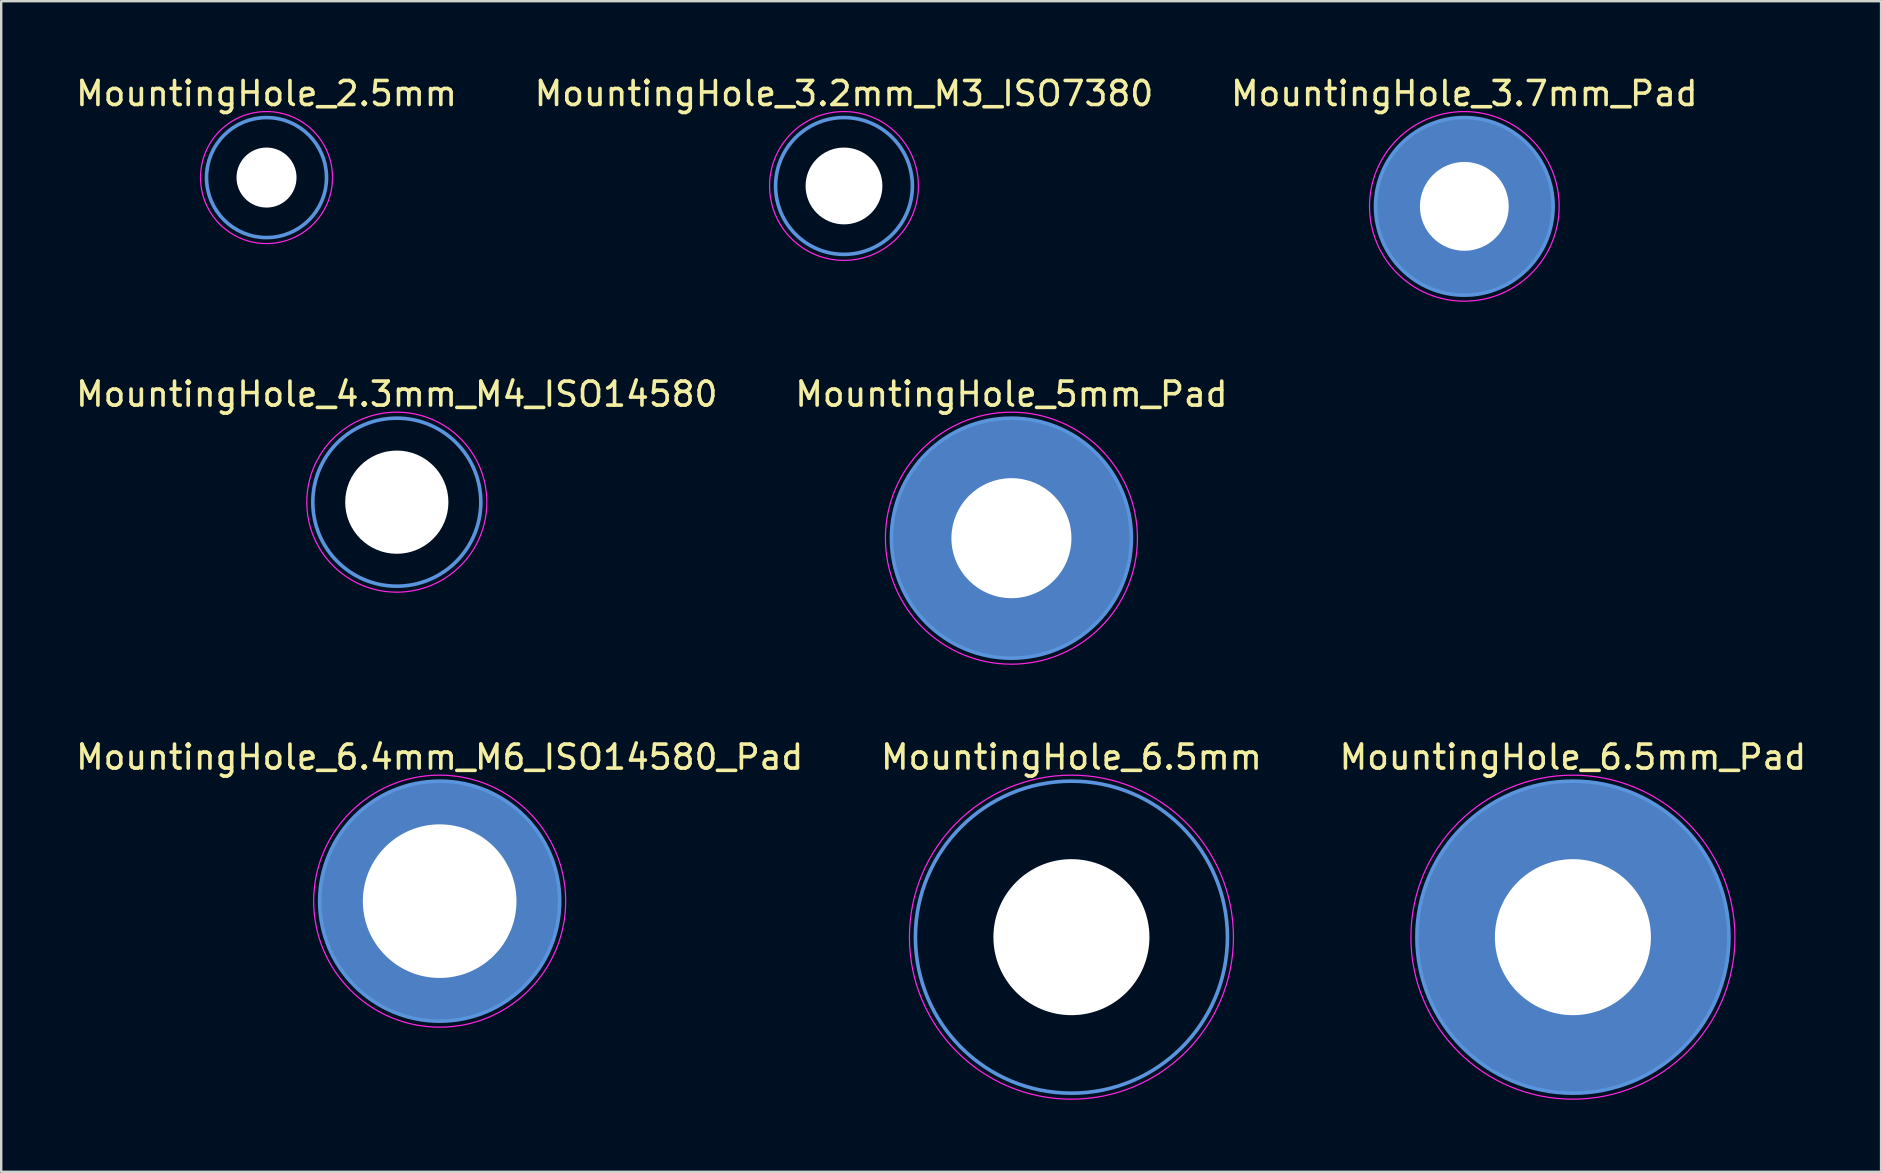
<source format=kicad_pcb>
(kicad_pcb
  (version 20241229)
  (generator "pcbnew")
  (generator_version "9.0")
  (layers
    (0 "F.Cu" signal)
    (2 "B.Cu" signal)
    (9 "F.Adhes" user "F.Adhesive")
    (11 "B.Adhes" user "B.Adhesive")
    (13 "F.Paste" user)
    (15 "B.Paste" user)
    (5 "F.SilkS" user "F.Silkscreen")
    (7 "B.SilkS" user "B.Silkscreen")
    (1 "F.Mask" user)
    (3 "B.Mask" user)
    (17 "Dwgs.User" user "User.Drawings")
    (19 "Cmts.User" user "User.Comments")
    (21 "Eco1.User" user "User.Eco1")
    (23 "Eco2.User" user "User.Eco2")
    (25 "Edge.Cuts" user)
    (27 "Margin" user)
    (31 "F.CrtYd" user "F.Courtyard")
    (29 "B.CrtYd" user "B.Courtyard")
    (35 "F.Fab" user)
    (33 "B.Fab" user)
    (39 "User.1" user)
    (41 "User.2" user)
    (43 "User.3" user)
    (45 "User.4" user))
  (footprint "MountingHole_6.4mm_M6_ISO14580_Pad"
    (layer "F.Cu")
    (at 15.268 34.495)
    (property "Reference" "MountingHole_6.4mm_M6_ISO14580_Pad" (at 0 -6 0) (layer "F.SilkS") (effects (font (size 1 1) (thickness 0.15))))
    (attr through_hole)
    (fp_circle (center 0 0) (end 5 0) (stroke (width 0.15) (type solid)) (fill no) (layer "Cmts.User"))
    (fp_circle (center 0 0) (end 5.25 0) (stroke (width 0.05) (type solid)) (fill no) (layer "F.CrtYd"))
    (pad "1" thru_hole circle (at 0 0) (size 10 10) (drill 6.4) (layers "*.Cu" "*.Mask")))
  (footprint "MountingHole_3.2mm_M3_ISO7380"
    (layer "F.Cu")
    (at 32.113 4.698)
    (property "Reference" "MountingHole_3.2mm_M3_ISO7380" (at 0 -3.85 0) (layer "F.SilkS") (effects (font (size 1 1) (thickness 0.15))))
    (attr through_hole)
    (fp_circle (center 0 0) (end 2.85 0) (stroke (width 0.15) (type solid)) (fill no) (layer "Cmts.User"))
    (fp_circle (center 0 0) (end 3.1 0) (stroke (width 0.05) (type solid)) (fill no) (layer "F.CrtYd"))
    (pad "" np_thru_hole circle (at 0 0) (size 3.2 3.2) (drill 3.2) (layers "*.Cu" "*.Mask")))
  (footprint "MountingHole_2.5mm"
    (layer "F.Cu")
    (at 8.054 4.348)
    (property "Reference" "MountingHole_2.5mm" (at 0 -3.5 0) (layer "F.SilkS") (effects (font (size 1 1) (thickness 0.15))))
    (attr through_hole)
    (fp_circle (center 0 0) (end 2.5 0) (stroke (width 0.15) (type solid)) (fill no) (layer "Cmts.User"))
    (fp_circle (center 0 0) (end 2.75 0) (stroke (width 0.05) (type solid)) (fill no) (layer "F.CrtYd"))
    (pad "" np_thru_hole circle (at 0 0) (size 2.5 2.5) (drill 2.5) (layers "*.Cu" "*.Mask")))
  (footprint "MountingHole_4.3mm_M4_ISO14580"
    (layer "F.Cu")
    (at 13.482 17.872)
    (property "Reference" "MountingHole_4.3mm_M4_ISO14580" (at 0 -4.5 0) (layer "F.SilkS") (effects (font (size 1 1) (thickness 0.15))))
    (attr through_hole)
    (fp_circle (center 0 0) (end 3.5 0) (stroke (width 0.15) (type solid)) (fill no) (layer "Cmts.User"))
    (fp_circle (center 0 0) (end 3.75 0) (stroke (width 0.05) (type solid)) (fill no) (layer "F.CrtYd"))
    (pad "" np_thru_hole circle (at 0 0) (size 4.3 4.3) (drill 4.3) (layers "*.Cu" "*.Mask")))
  (footprint "MountingHole_6.5mm"
    (layer "F.Cu")
    (at 41.589 35.995)
    (property "Reference" "MountingHole_6.5mm" (at 0 -7.5 0) (layer "F.SilkS") (effects (font (size 1 1) (thickness 0.15))))
    (attr through_hole)
    (fp_circle (center 0 0) (end 6.5 0) (stroke (width 0.15) (type solid)) (fill no) (layer "Cmts.User"))
    (fp_circle (center 0 0) (end 6.75 0) (stroke (width 0.05) (type solid)) (fill no) (layer "F.CrtYd"))
    (pad "" np_thru_hole circle (at 0 0) (size 6.5 6.5) (drill 6.5) (layers "*.Cu" "*.Mask")))
  (footprint "MountingHole_3.7mm_Pad"
    (layer "F.Cu")
    (at 57.958 5.548)
    (property "Reference" "MountingHole_3.7mm_Pad" (at 0 -4.7 0) (layer "F.SilkS") (effects (font (size 1 1) (thickness 0.15))))
    (attr through_hole)
    (fp_circle (center 0 0) (end 3.7 0) (stroke (width 0.15) (type solid)) (fill no) (layer "Cmts.User"))
    (fp_circle (center 0 0) (end 3.95 0) (stroke (width 0.05) (type solid)) (fill no) (layer "F.CrtYd"))
    (pad "1" thru_hole circle (at 0 0) (size 7.4 7.4) (drill 3.7) (layers "*.Cu" "*.Mask")))
  (footprint "MountingHole_5mm_Pad"
    (layer "F.Cu")
    (at 39.089 19.372)
    (property "Reference" "MountingHole_5mm_Pad" (at 0 -6 0) (layer "F.SilkS") (effects (font (size 1 1) (thickness 0.15))))
    (attr through_hole)
    (fp_circle (center 0 0) (end 5 0) (stroke (width 0.15) (type solid)) (fill no) (layer "Cmts.User"))
    (fp_circle (center 0 0) (end 5.25 0) (stroke (width 0.05) (type solid)) (fill no) (layer "F.CrtYd"))
    (pad "1" thru_hole circle (at 0 0) (size 10 10) (drill 5) (layers "*.Cu" "*.Mask")))
  (footprint "MountingHole_6.5mm_Pad"
    (layer "F.Cu")
    (at 62.482 35.995)
    (property "Reference" "MountingHole_6.5mm_Pad" (at 0 -7.5 0) (layer "F.SilkS") (effects (font (size 1 1) (thickness 0.15))))
    (attr through_hole)
    (fp_circle (center 0 0) (end 6.5 0) (stroke (width 0.15) (type solid)) (fill no) (layer "Cmts.User"))
    (fp_circle (center 0 0) (end 6.75 0) (stroke (width 0.05) (type solid)) (fill no) (layer "F.CrtYd"))
    (pad "1" thru_hole circle (at 0 0) (size 13 13) (drill 6.5) (layers "*.Cu" "*.Mask")))
  (gr_rect
    (start -3 -3)
    (end 75.321 45.77)
    (stroke (width 0.1) (type default))
    (fill no)
    (layer "Edge.Cuts")))
</source>
